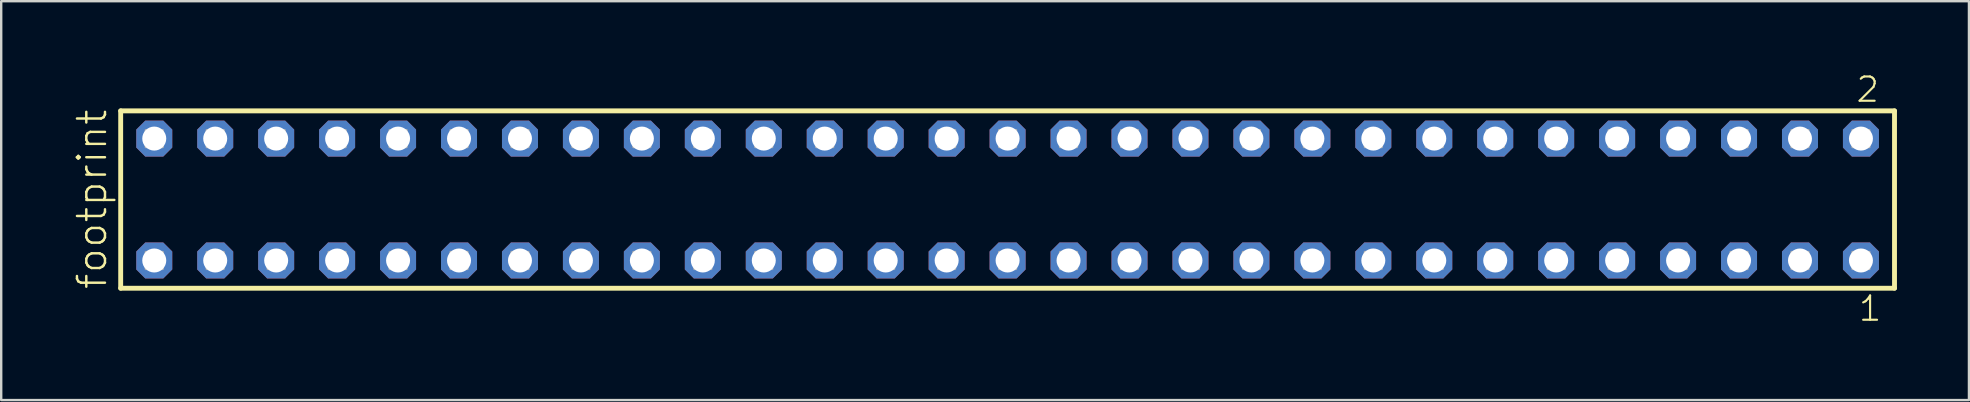
<source format=kicad_pcb>
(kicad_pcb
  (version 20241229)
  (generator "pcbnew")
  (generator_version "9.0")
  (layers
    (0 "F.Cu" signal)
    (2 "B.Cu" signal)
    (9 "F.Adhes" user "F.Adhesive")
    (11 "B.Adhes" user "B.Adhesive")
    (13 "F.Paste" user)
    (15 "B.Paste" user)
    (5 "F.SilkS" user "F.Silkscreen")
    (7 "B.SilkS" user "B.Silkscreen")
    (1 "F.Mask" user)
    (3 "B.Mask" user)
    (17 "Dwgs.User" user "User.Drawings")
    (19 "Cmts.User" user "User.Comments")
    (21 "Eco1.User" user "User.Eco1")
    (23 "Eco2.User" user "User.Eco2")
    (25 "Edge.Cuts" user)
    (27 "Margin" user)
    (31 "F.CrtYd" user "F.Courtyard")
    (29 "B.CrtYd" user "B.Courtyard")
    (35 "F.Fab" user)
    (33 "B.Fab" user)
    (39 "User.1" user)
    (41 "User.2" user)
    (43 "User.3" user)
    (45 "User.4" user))
  (footprint "footprint"
    (layer "F.Cu")
    (at 38.938 5.265)
    (property "Reference" "footprint" (at -37.465 3.81 90) (layer "F.SilkS") (effects (font (size 1.168 1.168) (thickness 0.102)) (justify left bottom)))
    (fp_line (start -36.959 -3.695) (end 36.959 -3.695) (stroke (width 0.203) (type solid)) (layer "F.SilkS"))
    (fp_line (start -36.959 3.695) (end -36.959 -3.695) (stroke (width 0.203) (type solid)) (layer "F.SilkS"))
    (fp_line (start 36.959 -3.695) (end 36.959 3.695) (stroke (width 0.203) (type solid)) (layer "F.SilkS"))
    (fp_line (start 36.959 3.695) (end -36.959 3.695) (stroke (width 0.203) (type solid)) (layer "F.SilkS"))
    (fp_poly (pts (xy -35.91 -2.19) (xy -35.21 -2.19) (xy -35.21 -2.89) (xy -35.91 -2.89)) (stroke (width 0.1) (type solid)) (fill no) (layer "F.Fab"))
    (fp_poly (pts (xy -35.91 2.89) (xy -35.21 2.89) (xy -35.21 2.19) (xy -35.91 2.19)) (stroke (width 0.1) (type solid)) (fill no) (layer "F.Fab"))
    (fp_poly (pts (xy -33.37 -2.19) (xy -32.67 -2.19) (xy -32.67 -2.89) (xy -33.37 -2.89)) (stroke (width 0.1) (type solid)) (fill no) (layer "F.Fab"))
    (fp_poly (pts (xy -33.37 2.89) (xy -32.67 2.89) (xy -32.67 2.19) (xy -33.37 2.19)) (stroke (width 0.1) (type solid)) (fill no) (layer "F.Fab"))
    (fp_poly (pts (xy -30.83 -2.19) (xy -30.13 -2.19) (xy -30.13 -2.89) (xy -30.83 -2.89)) (stroke (width 0.1) (type solid)) (fill no) (layer "F.Fab"))
    (fp_poly (pts (xy -30.83 2.89) (xy -30.13 2.89) (xy -30.13 2.19) (xy -30.83 2.19)) (stroke (width 0.1) (type solid)) (fill no) (layer "F.Fab"))
    (fp_poly (pts (xy -28.29 -2.19) (xy -27.59 -2.19) (xy -27.59 -2.89) (xy -28.29 -2.89)) (stroke (width 0.1) (type solid)) (fill no) (layer "F.Fab"))
    (fp_poly (pts (xy -28.29 2.89) (xy -27.59 2.89) (xy -27.59 2.19) (xy -28.29 2.19)) (stroke (width 0.1) (type solid)) (fill no) (layer "F.Fab"))
    (fp_poly (pts (xy -25.75 -2.19) (xy -25.05 -2.19) (xy -25.05 -2.89) (xy -25.75 -2.89)) (stroke (width 0.1) (type solid)) (fill no) (layer "F.Fab"))
    (fp_poly (pts (xy -25.75 2.89) (xy -25.05 2.89) (xy -25.05 2.19) (xy -25.75 2.19)) (stroke (width 0.1) (type solid)) (fill no) (layer "F.Fab"))
    (fp_poly (pts (xy -23.21 -2.19) (xy -22.51 -2.19) (xy -22.51 -2.89) (xy -23.21 -2.89)) (stroke (width 0.1) (type solid)) (fill no) (layer "F.Fab"))
    (fp_poly (pts (xy -23.21 2.89) (xy -22.51 2.89) (xy -22.51 2.19) (xy -23.21 2.19)) (stroke (width 0.1) (type solid)) (fill no) (layer "F.Fab"))
    (fp_poly (pts (xy -20.67 -2.19) (xy -19.97 -2.19) (xy -19.97 -2.89) (xy -20.67 -2.89)) (stroke (width 0.1) (type solid)) (fill no) (layer "F.Fab"))
    (fp_poly (pts (xy -20.67 2.89) (xy -19.97 2.89) (xy -19.97 2.19) (xy -20.67 2.19)) (stroke (width 0.1) (type solid)) (fill no) (layer "F.Fab"))
    (fp_poly (pts (xy -18.13 -2.19) (xy -17.43 -2.19) (xy -17.43 -2.89) (xy -18.13 -2.89)) (stroke (width 0.1) (type solid)) (fill no) (layer "F.Fab"))
    (fp_poly (pts (xy -18.13 2.89) (xy -17.43 2.89) (xy -17.43 2.19) (xy -18.13 2.19)) (stroke (width 0.1) (type solid)) (fill no) (layer "F.Fab"))
    (fp_poly (pts (xy -15.59 -2.19) (xy -14.89 -2.19) (xy -14.89 -2.89) (xy -15.59 -2.89)) (stroke (width 0.1) (type solid)) (fill no) (layer "F.Fab"))
    (fp_poly (pts (xy -15.59 2.89) (xy -14.89 2.89) (xy -14.89 2.19) (xy -15.59 2.19)) (stroke (width 0.1) (type solid)) (fill no) (layer "F.Fab"))
    (fp_poly (pts (xy -13.05 -2.19) (xy -12.35 -2.19) (xy -12.35 -2.89) (xy -13.05 -2.89)) (stroke (width 0.1) (type solid)) (fill no) (layer "F.Fab"))
    (fp_poly (pts (xy -13.05 2.89) (xy -12.35 2.89) (xy -12.35 2.19) (xy -13.05 2.19)) (stroke (width 0.1) (type solid)) (fill no) (layer "F.Fab"))
    (fp_poly (pts (xy -10.51 -2.19) (xy -9.81 -2.19) (xy -9.81 -2.89) (xy -10.51 -2.89)) (stroke (width 0.1) (type solid)) (fill no) (layer "F.Fab"))
    (fp_poly (pts (xy -10.51 2.89) (xy -9.81 2.89) (xy -9.81 2.19) (xy -10.51 2.19)) (stroke (width 0.1) (type solid)) (fill no) (layer "F.Fab"))
    (fp_poly (pts (xy -7.97 -2.19) (xy -7.27 -2.19) (xy -7.27 -2.89) (xy -7.97 -2.89)) (stroke (width 0.1) (type solid)) (fill no) (layer "F.Fab"))
    (fp_poly (pts (xy -7.97 2.89) (xy -7.27 2.89) (xy -7.27 2.19) (xy -7.97 2.19)) (stroke (width 0.1) (type solid)) (fill no) (layer "F.Fab"))
    (fp_poly (pts (xy -5.43 -2.19) (xy -4.73 -2.19) (xy -4.73 -2.89) (xy -5.43 -2.89)) (stroke (width 0.1) (type solid)) (fill no) (layer "F.Fab"))
    (fp_poly (pts (xy -5.43 2.89) (xy -4.73 2.89) (xy -4.73 2.19) (xy -5.43 2.19)) (stroke (width 0.1) (type solid)) (fill no) (layer "F.Fab"))
    (fp_poly (pts (xy -2.89 -2.19) (xy -2.19 -2.19) (xy -2.19 -2.89) (xy -2.89 -2.89)) (stroke (width 0.1) (type solid)) (fill no) (layer "F.Fab"))
    (fp_poly (pts (xy -2.89 2.89) (xy -2.19 2.89) (xy -2.19 2.19) (xy -2.89 2.19)) (stroke (width 0.1) (type solid)) (fill no) (layer "F.Fab"))
    (fp_poly (pts (xy -0.35 -2.19) (xy 0.35 -2.19) (xy 0.35 -2.89) (xy -0.35 -2.89)) (stroke (width 0.1) (type solid)) (fill no) (layer "F.Fab"))
    (fp_poly (pts (xy -0.35 2.89) (xy 0.35 2.89) (xy 0.35 2.19) (xy -0.35 2.19)) (stroke (width 0.1) (type solid)) (fill no) (layer "F.Fab"))
    (fp_poly (pts (xy 2.19 -2.19) (xy 2.89 -2.19) (xy 2.89 -2.89) (xy 2.19 -2.89)) (stroke (width 0.1) (type solid)) (fill no) (layer "F.Fab"))
    (fp_poly (pts (xy 2.19 2.89) (xy 2.89 2.89) (xy 2.89 2.19) (xy 2.19 2.19)) (stroke (width 0.1) (type solid)) (fill no) (layer "F.Fab"))
    (fp_poly (pts (xy 4.73 -2.19) (xy 5.43 -2.19) (xy 5.43 -2.89) (xy 4.73 -2.89)) (stroke (width 0.1) (type solid)) (fill no) (layer "F.Fab"))
    (fp_poly (pts (xy 4.73 2.89) (xy 5.43 2.89) (xy 5.43 2.19) (xy 4.73 2.19)) (stroke (width 0.1) (type solid)) (fill no) (layer "F.Fab"))
    (fp_poly (pts (xy 7.27 -2.19) (xy 7.97 -2.19) (xy 7.97 -2.89) (xy 7.27 -2.89)) (stroke (width 0.1) (type solid)) (fill no) (layer "F.Fab"))
    (fp_poly (pts (xy 7.27 2.89) (xy 7.97 2.89) (xy 7.97 2.19) (xy 7.27 2.19)) (stroke (width 0.1) (type solid)) (fill no) (layer "F.Fab"))
    (fp_poly (pts (xy 9.81 -2.19) (xy 10.51 -2.19) (xy 10.51 -2.89) (xy 9.81 -2.89)) (stroke (width 0.1) (type solid)) (fill no) (layer "F.Fab"))
    (fp_poly (pts (xy 9.81 2.89) (xy 10.51 2.89) (xy 10.51 2.19) (xy 9.81 2.19)) (stroke (width 0.1) (type solid)) (fill no) (layer "F.Fab"))
    (fp_poly (pts (xy 12.35 -2.19) (xy 13.05 -2.19) (xy 13.05 -2.89) (xy 12.35 -2.89)) (stroke (width 0.1) (type solid)) (fill no) (layer "F.Fab"))
    (fp_poly (pts (xy 12.35 2.89) (xy 13.05 2.89) (xy 13.05 2.19) (xy 12.35 2.19)) (stroke (width 0.1) (type solid)) (fill no) (layer "F.Fab"))
    (fp_poly (pts (xy 14.89 -2.19) (xy 15.59 -2.19) (xy 15.59 -2.89) (xy 14.89 -2.89)) (stroke (width 0.1) (type solid)) (fill no) (layer "F.Fab"))
    (fp_poly (pts (xy 14.89 2.89) (xy 15.59 2.89) (xy 15.59 2.19) (xy 14.89 2.19)) (stroke (width 0.1) (type solid)) (fill no) (layer "F.Fab"))
    (fp_poly (pts (xy 17.43 -2.19) (xy 18.13 -2.19) (xy 18.13 -2.89) (xy 17.43 -2.89)) (stroke (width 0.1) (type solid)) (fill no) (layer "F.Fab"))
    (fp_poly (pts (xy 17.43 2.89) (xy 18.13 2.89) (xy 18.13 2.19) (xy 17.43 2.19)) (stroke (width 0.1) (type solid)) (fill no) (layer "F.Fab"))
    (fp_poly (pts (xy 19.97 -2.19) (xy 20.67 -2.19) (xy 20.67 -2.89) (xy 19.97 -2.89)) (stroke (width 0.1) (type solid)) (fill no) (layer "F.Fab"))
    (fp_poly (pts (xy 19.97 2.89) (xy 20.67 2.89) (xy 20.67 2.19) (xy 19.97 2.19)) (stroke (width 0.1) (type solid)) (fill no) (layer "F.Fab"))
    (fp_poly (pts (xy 22.51 -2.19) (xy 23.21 -2.19) (xy 23.21 -2.89) (xy 22.51 -2.89)) (stroke (width 0.1) (type solid)) (fill no) (layer "F.Fab"))
    (fp_poly (pts (xy 22.51 2.89) (xy 23.21 2.89) (xy 23.21 2.19) (xy 22.51 2.19)) (stroke (width 0.1) (type solid)) (fill no) (layer "F.Fab"))
    (fp_poly (pts (xy 25.05 -2.19) (xy 25.75 -2.19) (xy 25.75 -2.89) (xy 25.05 -2.89)) (stroke (width 0.1) (type solid)) (fill no) (layer "F.Fab"))
    (fp_poly (pts (xy 25.05 2.89) (xy 25.75 2.89) (xy 25.75 2.19) (xy 25.05 2.19)) (stroke (width 0.1) (type solid)) (fill no) (layer "F.Fab"))
    (fp_poly (pts (xy 27.59 -2.19) (xy 28.29 -2.19) (xy 28.29 -2.89) (xy 27.59 -2.89)) (stroke (width 0.1) (type solid)) (fill no) (layer "F.Fab"))
    (fp_poly (pts (xy 27.59 2.89) (xy 28.29 2.89) (xy 28.29 2.19) (xy 27.59 2.19)) (stroke (width 0.1) (type solid)) (fill no) (layer "F.Fab"))
    (fp_poly (pts (xy 30.13 -2.19) (xy 30.83 -2.19) (xy 30.83 -2.89) (xy 30.13 -2.89)) (stroke (width 0.1) (type solid)) (fill no) (layer "F.Fab"))
    (fp_poly (pts (xy 30.13 2.89) (xy 30.83 2.89) (xy 30.83 2.19) (xy 30.13 2.19)) (stroke (width 0.1) (type solid)) (fill no) (layer "F.Fab"))
    (fp_poly (pts (xy 32.67 -2.19) (xy 33.37 -2.19) (xy 33.37 -2.89) (xy 32.67 -2.89)) (stroke (width 0.1) (type solid)) (fill no) (layer "F.Fab"))
    (fp_poly (pts (xy 32.67 2.89) (xy 33.37 2.89) (xy 33.37 2.19) (xy 32.67 2.19)) (stroke (width 0.1) (type solid)) (fill no) (layer "F.Fab"))
    (fp_poly (pts (xy 35.21 -2.19) (xy 35.91 -2.19) (xy 35.91 -2.89) (xy 35.21 -2.89)) (stroke (width 0.1) (type solid)) (fill no) (layer "F.Fab"))
    (fp_poly (pts (xy 35.21 2.89) (xy 35.91 2.89) (xy 35.91 2.19) (xy 35.21 2.19)) (stroke (width 0.1) (type solid)) (fill no) (layer "F.Fab"))
    (fp_text user "2" (at 35.302 -3.989 0) (layer "F.SilkS") (effects (font (size 1.012 1.012) (thickness 0.088)) (justify left bottom)))
    (fp_text user "1" (at 35.402 5.138 0) (layer "F.SilkS") (effects (font (size 1.012 1.012) (thickness 0.088)) (justify left bottom)))
    (pad "1" thru_hole roundrect (at 35.56 2.54 180) (size 1.5 1.5) (drill 1) (layers "*.Cu" "*.Mask") (roundrect_rratio 0.25) (chamfer_ratio 0.25) (chamfer top_left top_right bottom_left bottom_right))
    (pad "2" thru_hole roundrect (at 35.56 -2.54 180) (size 1.5 1.5) (drill 1) (layers "*.Cu" "*.Mask") (roundrect_rratio 0.25) (chamfer_ratio 0.25) (chamfer top_left top_right bottom_left bottom_right))
    (pad "3" thru_hole roundrect (at 33.02 2.54 180) (size 1.5 1.5) (drill 1) (layers "*.Cu" "*.Mask") (roundrect_rratio 0.25) (chamfer_ratio 0.25) (chamfer top_left top_right bottom_left bottom_right))
    (pad "4" thru_hole roundrect (at 33.02 -2.54 180) (size 1.5 1.5) (drill 1) (layers "*.Cu" "*.Mask") (roundrect_rratio 0.25) (chamfer_ratio 0.25) (chamfer top_left top_right bottom_left bottom_right))
    (pad "5" thru_hole roundrect (at 30.48 2.54 180) (size 1.5 1.5) (drill 1) (layers "*.Cu" "*.Mask") (roundrect_rratio 0.25) (chamfer_ratio 0.25) (chamfer top_left top_right bottom_left bottom_right))
    (pad "6" thru_hole roundrect (at 30.48 -2.54 180) (size 1.5 1.5) (drill 1) (layers "*.Cu" "*.Mask") (roundrect_rratio 0.25) (chamfer_ratio 0.25) (chamfer top_left top_right bottom_left bottom_right))
    (pad "7" thru_hole roundrect (at 27.94 2.54 180) (size 1.5 1.5) (drill 1) (layers "*.Cu" "*.Mask") (roundrect_rratio 0.25) (chamfer_ratio 0.25) (chamfer top_left top_right bottom_left bottom_right))
    (pad "8" thru_hole roundrect (at 27.94 -2.54 180) (size 1.5 1.5) (drill 1) (layers "*.Cu" "*.Mask") (roundrect_rratio 0.25) (chamfer_ratio 0.25) (chamfer top_left top_right bottom_left bottom_right))
    (pad "9" thru_hole roundrect (at 25.4 2.54 180) (size 1.5 1.5) (drill 1) (layers "*.Cu" "*.Mask") (roundrect_rratio 0.25) (chamfer_ratio 0.25) (chamfer top_left top_right bottom_left bottom_right))
    (pad "10" thru_hole roundrect (at 25.4 -2.54 180) (size 1.5 1.5) (drill 1) (layers "*.Cu" "*.Mask") (roundrect_rratio 0.25) (chamfer_ratio 0.25) (chamfer top_left top_right bottom_left bottom_right))
    (pad "11" thru_hole roundrect (at 22.86 2.54 180) (size 1.5 1.5) (drill 1) (layers "*.Cu" "*.Mask") (roundrect_rratio 0.25) (chamfer_ratio 0.25) (chamfer top_left top_right bottom_left bottom_right))
    (pad "12" thru_hole roundrect (at 22.86 -2.54 180) (size 1.5 1.5) (drill 1) (layers "*.Cu" "*.Mask") (roundrect_rratio 0.25) (chamfer_ratio 0.25) (chamfer top_left top_right bottom_left bottom_right))
    (pad "13" thru_hole roundrect (at 20.32 2.54 180) (size 1.5 1.5) (drill 1) (layers "*.Cu" "*.Mask") (roundrect_rratio 0.25) (chamfer_ratio 0.25) (chamfer top_left top_right bottom_left bottom_right))
    (pad "14" thru_hole roundrect (at 20.32 -2.54 180) (size 1.5 1.5) (drill 1) (layers "*.Cu" "*.Mask") (roundrect_rratio 0.25) (chamfer_ratio 0.25) (chamfer top_left top_right bottom_left bottom_right))
    (pad "15" thru_hole roundrect (at 17.78 2.54 180) (size 1.5 1.5) (drill 1) (layers "*.Cu" "*.Mask") (roundrect_rratio 0.25) (chamfer_ratio 0.25) (chamfer top_left top_right bottom_left bottom_right))
    (pad "16" thru_hole roundrect (at 17.78 -2.54 180) (size 1.5 1.5) (drill 1) (layers "*.Cu" "*.Mask") (roundrect_rratio 0.25) (chamfer_ratio 0.25) (chamfer top_left top_right bottom_left bottom_right))
    (pad "17" thru_hole roundrect (at 15.24 2.54 180) (size 1.5 1.5) (drill 1) (layers "*.Cu" "*.Mask") (roundrect_rratio 0.25) (chamfer_ratio 0.25) (chamfer top_left top_right bottom_left bottom_right))
    (pad "18" thru_hole roundrect (at 15.24 -2.54 180) (size 1.5 1.5) (drill 1) (layers "*.Cu" "*.Mask") (roundrect_rratio 0.25) (chamfer_ratio 0.25) (chamfer top_left top_right bottom_left bottom_right))
    (pad "19" thru_hole roundrect (at 12.7 2.54 180) (size 1.5 1.5) (drill 1) (layers "*.Cu" "*.Mask") (roundrect_rratio 0.25) (chamfer_ratio 0.25) (chamfer top_left top_right bottom_left bottom_right))
    (pad "20" thru_hole roundrect (at 12.7 -2.54 180) (size 1.5 1.5) (drill 1) (layers "*.Cu" "*.Mask") (roundrect_rratio 0.25) (chamfer_ratio 0.25) (chamfer top_left top_right bottom_left bottom_right))
    (pad "21" thru_hole roundrect (at 10.16 2.54 180) (size 1.5 1.5) (drill 1) (layers "*.Cu" "*.Mask") (roundrect_rratio 0.25) (chamfer_ratio 0.25) (chamfer top_left top_right bottom_left bottom_right))
    (pad "22" thru_hole roundrect (at 10.16 -2.54 180) (size 1.5 1.5) (drill 1) (layers "*.Cu" "*.Mask") (roundrect_rratio 0.25) (chamfer_ratio 0.25) (chamfer top_left top_right bottom_left bottom_right))
    (pad "23" thru_hole roundrect (at 7.62 2.54 180) (size 1.5 1.5) (drill 1) (layers "*.Cu" "*.Mask") (roundrect_rratio 0.25) (chamfer_ratio 0.25) (chamfer top_left top_right bottom_left bottom_right))
    (pad "24" thru_hole roundrect (at 7.62 -2.54 180) (size 1.5 1.5) (drill 1) (layers "*.Cu" "*.Mask") (roundrect_rratio 0.25) (chamfer_ratio 0.25) (chamfer top_left top_right bottom_left bottom_right))
    (pad "25" thru_hole roundrect (at 5.08 2.54 180) (size 1.5 1.5) (drill 1) (layers "*.Cu" "*.Mask") (roundrect_rratio 0.25) (chamfer_ratio 0.25) (chamfer top_left top_right bottom_left bottom_right))
    (pad "26" thru_hole roundrect (at 5.08 -2.54 180) (size 1.5 1.5) (drill 1) (layers "*.Cu" "*.Mask") (roundrect_rratio 0.25) (chamfer_ratio 0.25) (chamfer top_left top_right bottom_left bottom_right))
    (pad "27" thru_hole roundrect (at 2.54 2.54 180) (size 1.5 1.5) (drill 1) (layers "*.Cu" "*.Mask") (roundrect_rratio 0.25) (chamfer_ratio 0.25) (chamfer top_left top_right bottom_left bottom_right))
    (pad "28" thru_hole roundrect (at 2.54 -2.54 180) (size 1.5 1.5) (drill 1) (layers "*.Cu" "*.Mask") (roundrect_rratio 0.25) (chamfer_ratio 0.25) (chamfer top_left top_right bottom_left bottom_right))
    (pad "29" thru_hole roundrect (at 0 2.54 180) (size 1.5 1.5) (drill 1) (layers "*.Cu" "*.Mask") (roundrect_rratio 0.25) (chamfer_ratio 0.25) (chamfer top_left top_right bottom_left bottom_right))
    (pad "30" thru_hole roundrect (at 0 -2.54 180) (size 1.5 1.5) (drill 1) (layers "*.Cu" "*.Mask") (roundrect_rratio 0.25) (chamfer_ratio 0.25) (chamfer top_left top_right bottom_left bottom_right))
    (pad "31" thru_hole roundrect (at -2.54 2.54 180) (size 1.5 1.5) (drill 1) (layers "*.Cu" "*.Mask") (roundrect_rratio 0.25) (chamfer_ratio 0.25) (chamfer top_left top_right bottom_left bottom_right))
    (pad "32" thru_hole roundrect (at -2.54 -2.54 180) (size 1.5 1.5) (drill 1) (layers "*.Cu" "*.Mask") (roundrect_rratio 0.25) (chamfer_ratio 0.25) (chamfer top_left top_right bottom_left bottom_right))
    (pad "33" thru_hole roundrect (at -5.08 2.54 180) (size 1.5 1.5) (drill 1) (layers "*.Cu" "*.Mask") (roundrect_rratio 0.25) (chamfer_ratio 0.25) (chamfer top_left top_right bottom_left bottom_right))
    (pad "34" thru_hole roundrect (at -5.08 -2.54 180) (size 1.5 1.5) (drill 1) (layers "*.Cu" "*.Mask") (roundrect_rratio 0.25) (chamfer_ratio 0.25) (chamfer top_left top_right bottom_left bottom_right))
    (pad "35" thru_hole roundrect (at -7.62 2.54 180) (size 1.5 1.5) (drill 1) (layers "*.Cu" "*.Mask") (roundrect_rratio 0.25) (chamfer_ratio 0.25) (chamfer top_left top_right bottom_left bottom_right))
    (pad "36" thru_hole roundrect (at -7.62 -2.54 180) (size 1.5 1.5) (drill 1) (layers "*.Cu" "*.Mask") (roundrect_rratio 0.25) (chamfer_ratio 0.25) (chamfer top_left top_right bottom_left bottom_right))
    (pad "37" thru_hole roundrect (at -10.16 2.54 180) (size 1.5 1.5) (drill 1) (layers "*.Cu" "*.Mask") (roundrect_rratio 0.25) (chamfer_ratio 0.25) (chamfer top_left top_right bottom_left bottom_right))
    (pad "38" thru_hole roundrect (at -10.16 -2.54 180) (size 1.5 1.5) (drill 1) (layers "*.Cu" "*.Mask") (roundrect_rratio 0.25) (chamfer_ratio 0.25) (chamfer top_left top_right bottom_left bottom_right))
    (pad "39" thru_hole roundrect (at -12.7 2.54 180) (size 1.5 1.5) (drill 1) (layers "*.Cu" "*.Mask") (roundrect_rratio 0.25) (chamfer_ratio 0.25) (chamfer top_left top_right bottom_left bottom_right))
    (pad "40" thru_hole roundrect (at -12.7 -2.54 180) (size 1.5 1.5) (drill 1) (layers "*.Cu" "*.Mask") (roundrect_rratio 0.25) (chamfer_ratio 0.25) (chamfer top_left top_right bottom_left bottom_right))
    (pad "41" thru_hole roundrect (at -15.24 2.54 180) (size 1.5 1.5) (drill 1) (layers "*.Cu" "*.Mask") (roundrect_rratio 0.25) (chamfer_ratio 0.25) (chamfer top_left top_right bottom_left bottom_right))
    (pad "42" thru_hole roundrect (at -15.24 -2.54 180) (size 1.5 1.5) (drill 1) (layers "*.Cu" "*.Mask") (roundrect_rratio 0.25) (chamfer_ratio 0.25) (chamfer top_left top_right bottom_left bottom_right))
    (pad "43" thru_hole roundrect (at -17.78 2.54 180) (size 1.5 1.5) (drill 1) (layers "*.Cu" "*.Mask") (roundrect_rratio 0.25) (chamfer_ratio 0.25) (chamfer top_left top_right bottom_left bottom_right))
    (pad "44" thru_hole roundrect (at -17.78 -2.54 180) (size 1.5 1.5) (drill 1) (layers "*.Cu" "*.Mask") (roundrect_rratio 0.25) (chamfer_ratio 0.25) (chamfer top_left top_right bottom_left bottom_right))
    (pad "45" thru_hole roundrect (at -20.32 2.54 180) (size 1.5 1.5) (drill 1) (layers "*.Cu" "*.Mask") (roundrect_rratio 0.25) (chamfer_ratio 0.25) (chamfer top_left top_right bottom_left bottom_right))
    (pad "46" thru_hole roundrect (at -20.32 -2.54 180) (size 1.5 1.5) (drill 1) (layers "*.Cu" "*.Mask") (roundrect_rratio 0.25) (chamfer_ratio 0.25) (chamfer top_left top_right bottom_left bottom_right))
    (pad "47" thru_hole roundrect (at -22.86 2.54 180) (size 1.5 1.5) (drill 1) (layers "*.Cu" "*.Mask") (roundrect_rratio 0.25) (chamfer_ratio 0.25) (chamfer top_left top_right bottom_left bottom_right))
    (pad "48" thru_hole roundrect (at -22.86 -2.54 180) (size 1.5 1.5) (drill 1) (layers "*.Cu" "*.Mask") (roundrect_rratio 0.25) (chamfer_ratio 0.25) (chamfer top_left top_right bottom_left bottom_right))
    (pad "49" thru_hole roundrect (at -25.4 2.54 180) (size 1.5 1.5) (drill 1) (layers "*.Cu" "*.Mask") (roundrect_rratio 0.25) (chamfer_ratio 0.25) (chamfer top_left top_right bottom_left bottom_right))
    (pad "50" thru_hole roundrect (at -25.4 -2.54 180) (size 1.5 1.5) (drill 1) (layers "*.Cu" "*.Mask") (roundrect_rratio 0.25) (chamfer_ratio 0.25) (chamfer top_left top_right bottom_left bottom_right))
    (pad "51" thru_hole roundrect (at -27.94 2.54 180) (size 1.5 1.5) (drill 1) (layers "*.Cu" "*.Mask") (roundrect_rratio 0.25) (chamfer_ratio 0.25) (chamfer top_left top_right bottom_left bottom_right))
    (pad "52" thru_hole roundrect (at -27.94 -2.54 180) (size 1.5 1.5) (drill 1) (layers "*.Cu" "*.Mask") (roundrect_rratio 0.25) (chamfer_ratio 0.25) (chamfer top_left top_right bottom_left bottom_right))
    (pad "53" thru_hole roundrect (at -30.48 2.54 180) (size 1.5 1.5) (drill 1) (layers "*.Cu" "*.Mask") (roundrect_rratio 0.25) (chamfer_ratio 0.25) (chamfer top_left top_right bottom_left bottom_right))
    (pad "54" thru_hole roundrect (at -30.48 -2.54 180) (size 1.5 1.5) (drill 1) (layers "*.Cu" "*.Mask") (roundrect_rratio 0.25) (chamfer_ratio 0.25) (chamfer top_left top_right bottom_left bottom_right))
    (pad "55" thru_hole roundrect (at -33.02 2.54 180) (size 1.5 1.5) (drill 1) (layers "*.Cu" "*.Mask") (roundrect_rratio 0.25) (chamfer_ratio 0.25) (chamfer top_left top_right bottom_left bottom_right))
    (pad "56" thru_hole roundrect (at -33.02 -2.54 180) (size 1.5 1.5) (drill 1) (layers "*.Cu" "*.Mask") (roundrect_rratio 0.25) (chamfer_ratio 0.25) (chamfer top_left top_right bottom_left bottom_right))
    (pad "57" thru_hole roundrect (at -35.56 2.54 180) (size 1.5 1.5) (drill 1) (layers "*.Cu" "*.Mask") (roundrect_rratio 0.25) (chamfer_ratio 0.25) (chamfer top_left top_right bottom_left bottom_right))
    (pad "58" thru_hole roundrect (at -35.56 -2.54 180) (size 1.5 1.5) (drill 1) (layers "*.Cu" "*.Mask") (roundrect_rratio 0.25) (chamfer_ratio 0.25) (chamfer top_left top_right bottom_left bottom_right)))
  (gr_rect
    (start -3 -3)
    (end 78.999 13.62)
    (stroke (width 0.1) (type default))
    (fill no)
    (layer "Edge.Cuts")))
</source>
